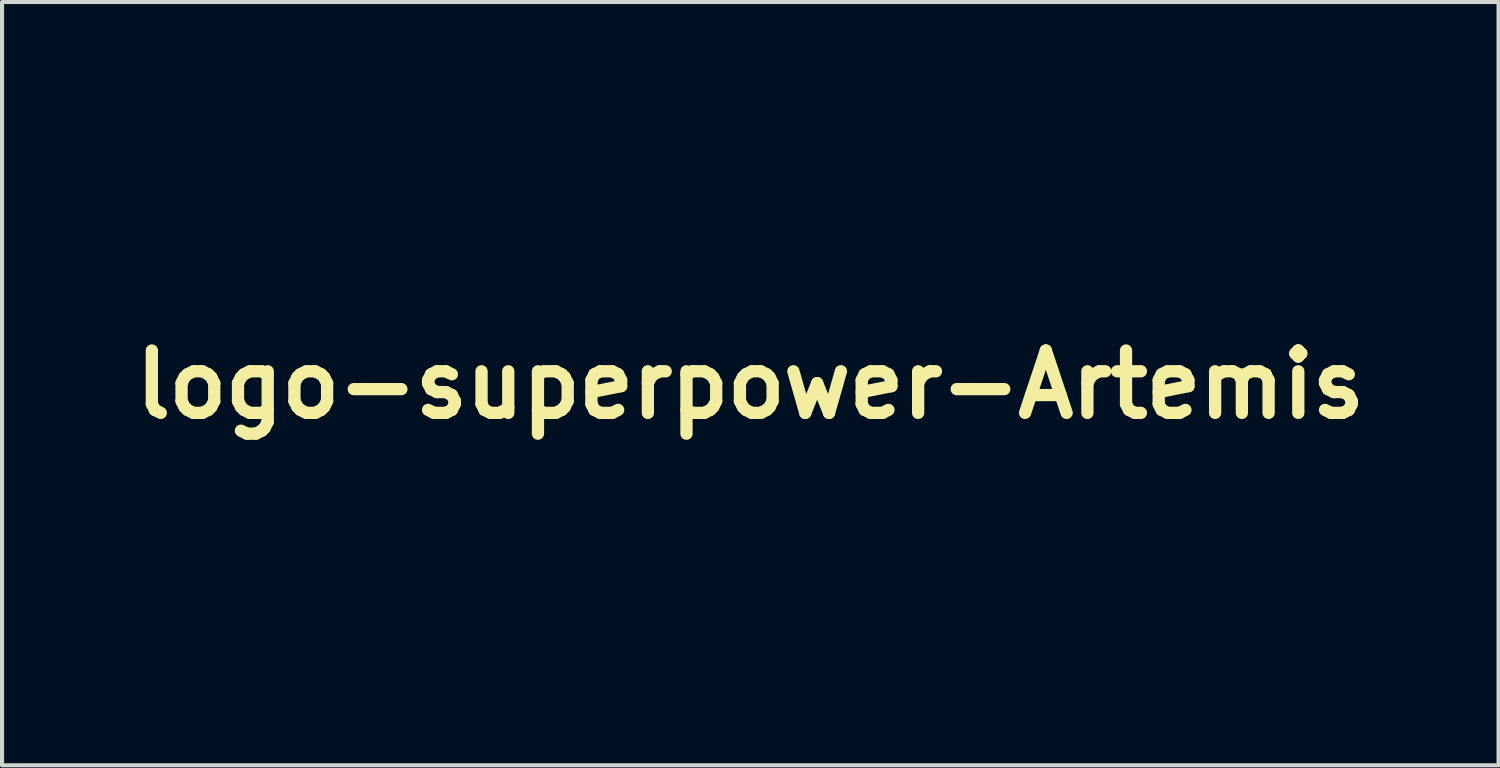
<source format=kicad_pcb>
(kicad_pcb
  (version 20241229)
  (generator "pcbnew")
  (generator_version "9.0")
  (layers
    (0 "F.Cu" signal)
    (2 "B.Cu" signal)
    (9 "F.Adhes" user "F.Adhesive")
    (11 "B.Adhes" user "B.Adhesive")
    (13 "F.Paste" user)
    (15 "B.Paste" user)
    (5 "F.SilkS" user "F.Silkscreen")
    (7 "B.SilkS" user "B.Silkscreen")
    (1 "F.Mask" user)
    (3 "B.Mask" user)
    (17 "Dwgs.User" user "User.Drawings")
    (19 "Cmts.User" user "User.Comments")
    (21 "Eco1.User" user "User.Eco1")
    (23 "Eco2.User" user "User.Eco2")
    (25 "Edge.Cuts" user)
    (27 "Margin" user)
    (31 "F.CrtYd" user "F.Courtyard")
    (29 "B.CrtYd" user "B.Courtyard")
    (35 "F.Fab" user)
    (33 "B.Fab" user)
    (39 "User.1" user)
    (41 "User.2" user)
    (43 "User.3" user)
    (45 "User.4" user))
  (footprint "logo-superpower-Artemis"
    (layer "F.Cu")
    (at 15.284 6.349)
    (property "Reference" "logo-superpower-Artemis" (at 0 0 0) (layer "F.SilkS") (effects (font (size 1.524 1.524) (thickness 0.3))))
    (attr through_hole)
    (fp_poly (pts (xy 11.074 2.311) (xy 10.643 2.311) (xy 10.643 1.88) (xy 11.074 1.88) (xy 11.074 2.311)) (stroke (width 0.01) (type solid)) (fill no) (layer "Eco2.User"))
    (fp_poly (pts (xy 11.074 4.064) (xy 10.643 4.064) (xy 10.643 2.388) (xy 11.074 2.388) (xy 11.074 4.064)) (stroke (width 0.01) (type solid)) (fill no) (layer "Eco2.User"))
    (fp_poly (pts (xy 6.02 2.388) (xy 6.325 2.388) (xy 6.325 2.819) (xy 6.019 2.819) (xy 6.026 3.232) (xy 6.032 3.645) (xy 6.204 3.652) (xy 6.375 3.66) (xy 6.375 4.064) (xy 6.203 4.064) (xy 6.081 4.058) (xy 5.983 4.035) (xy 5.901 4) (xy 5.781 3.92) (xy 5.699 3.83) (xy 5.673 3.792) (xy 5.654 3.756) (xy 5.64 3.715) (xy 5.632 3.66) (xy 5.626 3.582) (xy 5.622 3.473) (xy 5.619 3.324) (xy 5.618 3.273) (xy 5.61 2.819) (xy 5.41 2.819) (xy 5.41 2.388) (xy 5.613 2.388) (xy 5.613 2.083) (xy 6.02 2.083) (xy 6.02 2.388)) (stroke (width 0.01) (type solid)) (fill no) (layer "Eco2.User"))
    (fp_poly (pts (xy 5.385 2.788) (xy 5.173 2.799) (xy 5.013 2.816) (xy 4.894 2.852) (xy 4.807 2.909) (xy 4.747 2.992) (xy 4.743 2.998) (xy 4.728 3.036) (xy 4.716 3.084) (xy 4.708 3.15) (xy 4.703 3.242) (xy 4.7 3.366) (xy 4.699 3.532) (xy 4.699 3.575) (xy 4.699 4.064) (xy 4.293 4.064) (xy 4.293 2.388) (xy 4.496 2.388) (xy 4.597 2.388) (xy 4.657 2.393) (xy 4.687 2.404) (xy 4.698 2.424) (xy 4.699 2.449) (xy 4.699 2.51) (xy 4.832 2.459) (xy 4.928 2.431) (xy 5.05 2.408) (xy 5.175 2.394) (xy 5.175 2.394) (xy 5.385 2.38) (xy 5.385 2.788)) (stroke (width 0.01) (type solid)) (fill no) (layer "Eco2.User"))
    (fp_poly (pts (xy 3.655 2.985) (xy 3.748 3.194) (xy 3.835 3.39) (xy 3.914 3.569) (xy 3.983 3.724) (xy 4.04 3.85) (xy 4.082 3.943) (xy 4.106 3.997) (xy 4.111 4.007) (xy 4.142 4.064) (xy 3.681 4.064) (xy 3.589 3.861) (xy 3.498 3.658) (xy 2.674 3.658) (xy 2.583 3.861) (xy 2.491 4.064) (xy 2.03 4.064) (xy 2.061 4.007) (xy 2.077 3.972) (xy 2.112 3.895) (xy 2.163 3.783) (xy 2.227 3.64) (xy 2.302 3.471) (xy 2.386 3.282) (xy 2.408 3.232) (xy 2.87 3.232) (xy 2.894 3.241) (xy 2.956 3.247) (xy 3.046 3.251) (xy 3.086 3.251) (xy 3.184 3.249) (xy 3.258 3.242) (xy 3.298 3.233) (xy 3.302 3.229) (xy 3.293 3.201) (xy 3.268 3.139) (xy 3.233 3.054) (xy 3.193 2.96) (xy 3.153 2.867) (xy 3.119 2.789) (xy 3.095 2.738) (xy 3.088 2.725) (xy 3.077 2.744) (xy 3.051 2.798) (xy 3.016 2.876) (xy 2.977 2.967) (xy 2.937 3.06) (xy 2.903 3.143) (xy 2.879 3.204) (xy 2.87 3.232) (xy 2.408 3.232) (xy 2.476 3.077) (xy 2.517 2.985) (xy 2.943 2.019) (xy 3.229 2.019) (xy 3.655 2.985)) (stroke (width 0.01) (type solid)) (fill no) (layer "Eco2.User"))
    (fp_poly (pts (xy 8.619 2.39) (xy 8.694 2.397) (xy 8.734 2.407) (xy 8.738 2.411) (xy 8.759 2.421) (xy 8.816 2.412) (xy 8.829 2.409) (xy 8.946 2.399) (xy 9.079 2.423) (xy 9.208 2.477) (xy 9.265 2.513) (xy 9.362 2.583) (xy 9.447 2.513) (xy 9.525 2.463) (xy 9.622 2.422) (xy 9.657 2.412) (xy 9.792 2.395) (xy 9.915 2.417) (xy 10.036 2.481) (xy 10.163 2.59) (xy 10.164 2.591) (xy 10.231 2.661) (xy 10.283 2.727) (xy 10.322 2.797) (xy 10.35 2.878) (xy 10.369 2.978) (xy 10.381 3.103) (xy 10.387 3.262) (xy 10.389 3.463) (xy 10.389 3.535) (xy 10.389 4.064) (xy 9.986 4.064) (xy 9.97 2.917) (xy 9.898 2.855) (xy 9.811 2.804) (xy 9.725 2.803) (xy 9.638 2.852) (xy 9.634 2.855) (xy 9.563 2.917) (xy 9.547 4.064) (xy 9.144 4.064) (xy 9.144 3.517) (xy 9.143 3.312) (xy 9.139 3.152) (xy 9.132 3.031) (xy 9.12 2.944) (xy 9.101 2.883) (xy 9.076 2.844) (xy 9.042 2.821) (xy 9.012 2.81) (xy 8.921 2.796) (xy 8.854 2.813) (xy 8.8 2.856) (xy 8.738 2.919) (xy 8.738 4.064) (xy 8.306 4.064) (xy 8.306 2.388) (xy 8.522 2.388) (xy 8.619 2.39)) (stroke (width 0.01) (type solid)) (fill no) (layer "Eco2.User"))
    (fp_poly (pts (xy 7.399 2.409) (xy 7.565 2.455) (xy 7.599 2.471) (xy 7.767 2.581) (xy 7.902 2.726) (xy 8 2.903) (xy 8.058 3.106) (xy 8.072 3.232) (xy 8.084 3.429) (xy 7.547 3.429) (xy 7.388 3.43) (xy 7.248 3.433) (xy 7.134 3.437) (xy 7.053 3.442) (xy 7.013 3.448) (xy 7.01 3.45) (xy 7.031 3.489) (xy 7.085 3.538) (xy 7.159 3.587) (xy 7.226 3.621) (xy 7.368 3.659) (xy 7.497 3.65) (xy 7.608 3.596) (xy 7.662 3.56) (xy 7.719 3.54) (xy 7.797 3.532) (xy 7.872 3.531) (xy 7.96 3.533) (xy 8.024 3.54) (xy 8.051 3.549) (xy 8.051 3.55) (xy 8.034 3.603) (xy 7.991 3.68) (xy 7.932 3.764) (xy 7.868 3.842) (xy 7.807 3.901) (xy 7.803 3.904) (xy 7.657 3.989) (xy 7.492 4.043) (xy 7.322 4.062) (xy 7.161 4.045) (xy 7.068 4.014) (xy 6.933 3.931) (xy 6.803 3.812) (xy 6.691 3.671) (xy 6.633 3.572) (xy 6.571 3.398) (xy 6.551 3.223) (xy 6.57 3.053) (xy 6.58 3.023) (xy 6.982 3.023) (xy 7.677 3.023) (xy 7.64 2.965) (xy 7.588 2.913) (xy 7.507 2.86) (xy 7.416 2.817) (xy 7.337 2.795) (xy 7.322 2.794) (xy 7.214 2.816) (xy 7.11 2.872) (xy 7.038 2.944) (xy 6.982 3.023) (xy 6.58 3.023) (xy 6.623 2.892) (xy 6.705 2.746) (xy 6.811 2.619) (xy 6.939 2.517) (xy 7.082 2.445) (xy 7.237 2.407) (xy 7.399 2.409)) (stroke (width 0.01) (type solid)) (fill no) (layer "Eco2.User"))
    (fp_poly (pts (xy 12.044 2.398) (xy 12.14 2.42) (xy 12.147 2.423) (xy 12.321 2.495) (xy 12.457 2.599) (xy 12.553 2.733) (xy 12.608 2.894) (xy 12.611 2.912) (xy 12.627 3.017) (xy 12.411 2.964) (xy 12.294 2.932) (xy 12.222 2.904) (xy 12.188 2.876) (xy 12.184 2.867) (xy 12.15 2.827) (xy 12.083 2.804) (xy 12 2.797) (xy 11.914 2.806) (xy 11.842 2.83) (xy 11.797 2.869) (xy 11.79 2.888) (xy 11.793 2.925) (xy 11.824 2.95) (xy 11.892 2.972) (xy 12.082 3.024) (xy 12.229 3.071) (xy 12.341 3.115) (xy 12.427 3.16) (xy 12.493 3.209) (xy 12.505 3.221) (xy 12.598 3.337) (xy 12.644 3.462) (xy 12.645 3.589) (xy 12.605 3.713) (xy 12.526 3.827) (xy 12.409 3.925) (xy 12.257 4.002) (xy 12.193 4.023) (xy 12.075 4.052) (xy 11.975 4.059) (xy 11.868 4.045) (xy 11.83 4.036) (xy 11.656 3.975) (xy 11.512 3.883) (xy 11.403 3.764) (xy 11.336 3.625) (xy 11.328 3.594) (xy 11.308 3.504) (xy 11.502 3.52) (xy 11.618 3.534) (xy 11.696 3.555) (xy 11.749 3.585) (xy 11.756 3.591) (xy 11.82 3.624) (xy 11.913 3.644) (xy 12.017 3.649) (xy 12.115 3.639) (xy 12.19 3.615) (xy 12.209 3.601) (xy 12.234 3.568) (xy 12.23 3.539) (xy 12.194 3.512) (xy 12.12 3.482) (xy 12.003 3.446) (xy 11.972 3.437) (xy 11.769 3.371) (xy 11.612 3.296) (xy 11.498 3.211) (xy 11.425 3.112) (xy 11.386 2.996) (xy 11.379 2.904) (xy 11.403 2.77) (xy 11.473 2.648) (xy 11.581 2.543) (xy 11.724 2.461) (xy 11.877 2.411) (xy 11.966 2.395) (xy 12.044 2.398)) (stroke (width 0.01) (type solid)) (fill no) (layer "Eco2.User"))
    (fp_poly (pts (xy 0.501 -6.316) (xy 0.577 -6.263) (xy 0.648 -6.202) (xy 0.655 -4.209) (xy 0.656 -3.825) (xy 0.658 -3.49) (xy 0.66 -3.199) (xy 0.662 -2.952) (xy 0.664 -2.745) (xy 0.668 -2.575) (xy 0.671 -2.44) (xy 0.675 -2.337) (xy 0.68 -2.263) (xy 0.685 -2.217) (xy 0.691 -2.194) (xy 0.693 -2.191) (xy 0.738 -2.165) (xy 0.8 -2.14) (xy 0.869 -2.115) (xy 0.92 -2.096) (xy 0.929 -2.094) (xy 0.937 -2.101) (xy 0.944 -2.119) (xy 0.949 -2.152) (xy 0.954 -2.204) (xy 0.958 -2.278) (xy 0.961 -2.379) (xy 0.963 -2.509) (xy 0.965 -2.674) (xy 0.967 -2.875) (xy 0.969 -3.118) (xy 0.97 -3.405) (xy 0.971 -3.615) (xy 0.972 -3.933) (xy 0.974 -4.204) (xy 0.975 -4.432) (xy 0.977 -4.62) (xy 0.979 -4.774) (xy 0.982 -4.897) (xy 0.985 -4.993) (xy 0.989 -5.066) (xy 0.995 -5.119) (xy 1.001 -5.157) (xy 1.008 -5.184) (xy 1.017 -5.203) (xy 1.028 -5.219) (xy 1.031 -5.224) (xy 1.112 -5.298) (xy 1.206 -5.324) (xy 1.305 -5.302) (xy 1.326 -5.291) (xy 1.39 -5.242) (xy 1.438 -5.186) (xy 1.441 -5.18) (xy 1.448 -5.155) (xy 1.453 -5.106) (xy 1.458 -5.03) (xy 1.462 -4.924) (xy 1.466 -4.785) (xy 1.468 -4.611) (xy 1.47 -4.397) (xy 1.472 -4.143) (xy 1.472 -3.843) (xy 1.473 -3.497) (xy 1.473 -3.438) (xy 1.473 -1.757) (xy 1.619 -1.615) (xy 1.764 -1.473) (xy 3.462 -1.473) (xy 5.16 -1.473) (xy 5.234 -1.399) (xy 5.297 -1.307) (xy 5.31 -1.209) (xy 5.274 -1.113) (xy 5.234 -1.065) (xy 5.16 -0.991) (xy 2.077 -0.991) (xy 2.094 -0.922) (xy 2.117 -0.849) (xy 2.147 -0.77) (xy 2.147 -0.77) (xy 2.182 -0.686) (xy 4.094 -0.685) (xy 4.416 -0.685) (xy 4.721 -0.684) (xy 5.006 -0.682) (xy 5.267 -0.68) (xy 5.5 -0.678) (xy 5.701 -0.675) (xy 5.867 -0.672) (xy 5.993 -0.668) (xy 6.076 -0.665) (xy 6.109 -0.661) (xy 6.214 -0.616) (xy 6.286 -0.544) (xy 6.321 -0.454) (xy 6.316 -0.358) (xy 6.266 -0.264) (xy 6.263 -0.262) (xy 6.202 -0.191) (xy 4.244 -0.184) (xy 2.286 -0.177) (xy 2.286 0.127) (xy 4.179 0.127) (xy 4.546 0.127) (xy 4.865 0.127) (xy 5.141 0.128) (xy 5.376 0.129) (xy 5.574 0.131) (xy 5.738 0.134) (xy 5.872 0.138) (xy 5.98 0.144) (xy 6.064 0.151) (xy 6.128 0.161) (xy 6.176 0.172) (xy 6.211 0.186) (xy 6.237 0.202) (xy 6.256 0.221) (xy 6.273 0.242) (xy 6.283 0.257) (xy 6.321 0.351) (xy 6.315 0.454) (xy 6.266 0.547) (xy 6.263 0.551) (xy 6.202 0.622) (xy 2.188 0.636) (xy 2.135 0.776) (xy 2.107 0.853) (xy 2.088 0.909) (xy 2.083 0.928) (xy 2.107 0.93) (xy 2.178 0.932) (xy 2.291 0.934) (xy 2.442 0.936) (xy 2.625 0.937) (xy 2.837 0.938) (xy 3.073 0.939) (xy 3.328 0.94) (xy 3.562 0.94) (xy 3.894 0.94) (xy 4.191 0.942) (xy 4.453 0.944) (xy 4.676 0.947) (xy 4.859 0.951) (xy 4.998 0.955) (xy 5.091 0.96) (xy 5.135 0.966) (xy 5.225 1.015) (xy 5.286 1.095) (xy 5.311 1.192) (xy 5.295 1.295) (xy 5.282 1.322) (xy 5.269 1.346) (xy 5.254 1.367) (xy 5.235 1.385) (xy 5.206 1.4) (xy 5.166 1.412) (xy 5.11 1.422) (xy 5.034 1.43) (xy 4.935 1.436) (xy 4.809 1.441) (xy 4.653 1.444) (xy 4.463 1.446) (xy 4.236 1.447) (xy 3.967 1.448) (xy 3.654 1.448) (xy 3.424 1.448) (xy 1.74 1.449) (xy 1.604 1.585) (xy 1.468 1.721) (xy 1.472 3.399) (xy 1.473 3.744) (xy 1.473 4.041) (xy 1.473 4.295) (xy 1.472 4.508) (xy 1.47 4.686) (xy 1.466 4.831) (xy 1.462 4.946) (xy 1.455 5.037) (xy 1.446 5.105) (xy 1.435 5.156) (xy 1.422 5.191) (xy 1.406 5.216) (xy 1.387 5.234) (xy 1.364 5.248) (xy 1.348 5.257) (xy 1.267 5.279) (xy 1.172 5.279) (xy 1.091 5.257) (xy 1.091 5.257) (xy 1.065 5.243) (xy 1.044 5.227) (xy 1.026 5.205) (xy 1.01 5.175) (xy 0.998 5.13) (xy 0.988 5.069) (xy 0.98 4.987) (xy 0.975 4.88) (xy 0.971 4.745) (xy 0.968 4.578) (xy 0.966 4.374) (xy 0.965 4.13) (xy 0.965 3.842) (xy 0.965 3.57) (xy 0.965 3.298) (xy 0.964 3.042) (xy 0.964 2.806) (xy 0.962 2.594) (xy 0.961 2.411) (xy 0.959 2.262) (xy 0.957 2.15) (xy 0.955 2.08) (xy 0.953 2.057) (xy 0.925 2.066) (xy 0.864 2.087) (xy 0.801 2.11) (xy 0.66 2.163) (xy 0.66 4.131) (xy 0.66 4.499) (xy 0.66 4.82) (xy 0.659 5.097) (xy 0.658 5.333) (xy 0.657 5.531) (xy 0.655 5.696) (xy 0.652 5.83) (xy 0.649 5.936) (xy 0.645 6.018) (xy 0.641 6.079) (xy 0.636 6.123) (xy 0.629 6.153) (xy 0.622 6.173) (xy 0.622 6.173) (xy 0.554 6.256) (xy 0.463 6.296) (xy 0.356 6.291) (xy 0.291 6.269) (xy 0.266 6.257) (xy 0.244 6.246) (xy 0.225 6.23) (xy 0.209 6.207) (xy 0.195 6.174) (xy 0.184 6.127) (xy 0.175 6.062) (xy 0.168 5.977) (xy 0.163 5.867) (xy 0.158 5.73) (xy 0.156 5.562) (xy 0.154 5.361) (xy 0.153 5.121) (xy 0.152 4.84) (xy 0.152 4.516) (xy 0.152 4.18) (xy 0.152 2.261) (xy -0.152 2.261) (xy -0.152 4.18) (xy -0.153 4.543) (xy -0.153 4.859) (xy -0.154 5.131) (xy -0.155 5.363) (xy -0.156 5.557) (xy -0.158 5.717) (xy -0.161 5.847) (xy -0.164 5.95) (xy -0.168 6.029) (xy -0.173 6.088) (xy -0.178 6.129) (xy -0.185 6.157) (xy -0.191 6.173) (xy -0.258 6.255) (xy -0.346 6.296) (xy -0.444 6.293) (xy -0.542 6.245) (xy -0.557 6.233) (xy -0.635 6.168) (xy -0.635 4.22) (xy -0.636 3.909) (xy -0.636 3.612) (xy -0.637 3.333) (xy -0.638 3.075) (xy -0.64 2.844) (xy -0.642 2.643) (xy -0.644 2.475) (xy -0.646 2.346) (xy -0.648 2.259) (xy -0.65 2.219) (xy -0.651 2.217) (xy -0.682 2.172) (xy -0.755 2.129) (xy -0.804 2.109) (xy -0.88 2.081) (xy -0.935 2.062) (xy -0.953 2.057) (xy -0.956 2.082) (xy -0.958 2.153) (xy -0.959 2.266) (xy -0.961 2.417) (xy -0.962 2.601) (xy -0.964 2.815) (xy -0.964 3.052) (xy -0.965 3.31) (xy -0.965 3.584) (xy -0.965 5.135) (xy -1.039 5.209) (xy -1.131 5.27) (xy -1.231 5.286) (xy -1.328 5.257) (xy -1.38 5.217) (xy -1.447 5.15) (xy -1.454 3.437) (xy -1.46 1.724) (xy -1.604 1.586) (xy -1.748 1.448) (xy -3.417 1.448) (xy -3.763 1.448) (xy -4.062 1.448) (xy -4.318 1.447) (xy -4.534 1.445) (xy -4.713 1.443) (xy -4.859 1.438) (xy -4.976 1.433) (xy -5.067 1.425) (xy -5.135 1.414) (xy -5.186 1.402) (xy -5.221 1.386) (xy -5.244 1.367) (xy -5.26 1.344) (xy -5.272 1.318) (xy -5.281 1.29) (xy -5.305 1.197) (xy -5.297 1.126) (xy -5.253 1.056) (xy -5.234 1.035) (xy -5.16 0.953) (xy -3.619 0.946) (xy -2.078 0.939) (xy -2.095 0.871) (xy -2.117 0.798) (xy -2.147 0.719) (xy -2.147 0.719) (xy -2.182 0.635) (xy -4.153 0.635) (xy -4.527 0.635) (xy -4.853 0.635) (xy -5.135 0.635) (xy -5.376 0.634) (xy -5.58 0.632) (xy -5.749 0.629) (xy -5.888 0.625) (xy -5.999 0.619) (xy -6.086 0.612) (xy -6.152 0.602) (xy -6.2 0.591) (xy -6.235 0.577) (xy -6.258 0.56) (xy -6.274 0.54) (xy -6.285 0.517) (xy -6.296 0.491) (xy -6.299 0.483) (xy -6.317 0.379) (xy -6.289 0.278) (xy -6.218 0.196) (xy -6.215 0.193) (xy -6.201 0.183) (xy -6.185 0.175) (xy -6.163 0.167) (xy -6.133 0.161) (xy -6.09 0.155) (xy -6.031 0.151) (xy -5.953 0.147) (xy -5.853 0.144) (xy -5.725 0.142) (xy -5.568 0.14) (xy -5.378 0.138) (xy -5.151 0.137) (xy -4.884 0.135) (xy -4.573 0.134) (xy -4.215 0.133) (xy -4.202 0.133) (xy -2.261 0.126) (xy -2.261 0.041) (xy -1.768 0.041) (xy -1.736 0.326) (xy -1.657 0.601) (xy -1.53 0.863) (xy -1.358 1.109) (xy -1.142 1.335) (xy -1.091 1.379) (xy -0.889 1.519) (xy -0.655 1.628) (xy -0.4 1.704) (xy -0.134 1.744) (xy 0.133 1.746) (xy 0.391 1.709) (xy 0.419 1.702) (xy 0.537 1.668) (xy 0.658 1.627) (xy 0.755 1.588) (xy 0.757 1.587) (xy 1.004 1.447) (xy 1.223 1.268) (xy 1.411 1.055) (xy 1.564 0.815) (xy 1.679 0.553) (xy 1.751 0.275) (xy 1.778 -0.013) (xy 1.778 -0.031) (xy 1.758 -0.285) (xy 1.699 -0.532) (xy 1.598 -0.784) (xy 1.584 -0.812) (xy 1.516 -0.941) (xy 1.449 -1.046) (xy 1.368 -1.145) (xy 1.26 -1.258) (xy 1.259 -1.259) (xy 1.147 -1.366) (xy 1.048 -1.447) (xy 0.945 -1.514) (xy 0.819 -1.58) (xy 0.812 -1.583) (xy 0.606 -1.676) (xy 0.419 -1.737) (xy 0.235 -1.772) (xy 0.035 -1.785) (xy 0 -1.786) (xy -0.291 -1.762) (xy -0.569 -1.692) (xy -0.83 -1.578) (xy -1.068 -1.425) (xy -1.279 -1.236) (xy -1.458 -1.014) (xy -1.601 -0.763) (xy -1.685 -0.546) (xy -1.751 -0.251) (xy -1.768 0.041) (xy -2.261 0.041) (xy -2.261 -0.178) (xy -4.192 -0.178) (xy -4.562 -0.178) (xy -4.883 -0.178) (xy -5.161 -0.178) (xy -5.398 -0.179) (xy -5.598 -0.181) (xy -5.764 -0.184) (xy -5.899 -0.188) (xy -6.007 -0.194) (xy -6.091 -0.201) (xy -6.155 -0.21) (xy -6.201 -0.222) (xy -6.234 -0.235) (xy -6.256 -0.251) (xy -6.272 -0.27) (xy -6.283 -0.292) (xy -6.294 -0.317) (xy -6.317 -0.385) (xy -6.325 -0.435) (xy -6.302 -0.514) (xy -6.244 -0.59) (xy -6.164 -0.645) (xy -6.127 -0.659) (xy -6.081 -0.665) (xy -5.985 -0.67) (xy -5.841 -0.674) (xy -5.65 -0.678) (xy -5.412 -0.68) (xy -5.129 -0.683) (xy -4.803 -0.684) (xy -4.433 -0.685) (xy -4.102 -0.686) (xy -2.171 -0.686) (xy -2.121 -0.819) (xy -2.092 -0.896) (xy -2.07 -0.952) (xy -2.062 -0.972) (xy -2.085 -0.975) (xy -2.155 -0.978) (xy -2.266 -0.981) (xy -2.416 -0.984) (xy -2.599 -0.986) (xy -2.811 -0.988) (xy -3.049 -0.989) (xy -3.306 -0.99) (xy -3.58 -0.991) (xy -3.606 -0.991) (xy -5.159 -0.991) (xy -5.22 -1.052) (xy -5.268 -1.115) (xy -5.298 -1.179) (xy -5.298 -1.263) (xy -5.268 -1.354) (xy -5.217 -1.424) (xy -5.213 -1.428) (xy -5.195 -1.435) (xy -5.155 -1.441) (xy -5.091 -1.446) (xy -4.999 -1.451) (xy -4.877 -1.455) (xy -4.721 -1.459) (xy -4.528 -1.462) (xy -4.296 -1.465) (xy -4.022 -1.468) (xy -3.701 -1.471) (xy -3.451 -1.473) (xy -1.729 -1.486) (xy -1.588 -1.63) (xy -1.448 -1.774) (xy -1.448 -3.479) (xy -1.448 -5.184) (xy -1.386 -5.245) (xy -1.324 -5.293) (xy -1.262 -5.322) (xy -1.181 -5.321) (xy -1.094 -5.287) (xy -1.022 -5.232) (xy -0.994 -5.192) (xy -0.987 -5.159) (xy -0.982 -5.091) (xy -0.977 -4.986) (xy -0.973 -4.841) (xy -0.97 -4.655) (xy -0.968 -4.426) (xy -0.966 -4.151) (xy -0.965 -3.829) (xy -0.965 -3.603) (xy -0.965 -3.286) (xy -0.965 -3.017) (xy -0.964 -2.791) (xy -0.963 -2.604) (xy -0.962 -2.454) (xy -0.96 -2.335) (xy -0.957 -2.245) (xy -0.953 -2.18) (xy -0.948 -2.136) (xy -0.942 -2.11) (xy -0.935 -2.097) (xy -0.927 -2.094) (xy -0.921 -2.095) (xy -0.87 -2.115) (xy -0.795 -2.142) (xy -0.769 -2.151) (xy -0.662 -2.189) (xy -0.655 -4.174) (xy -0.653 -4.54) (xy -0.652 -4.858) (xy -0.651 -5.132) (xy -0.649 -5.365) (xy -0.647 -5.562) (xy -0.645 -5.724) (xy -0.642 -5.857) (xy -0.639 -5.962) (xy -0.636 -6.044) (xy -0.631 -6.106) (xy -0.626 -6.152) (xy -0.62 -6.184) (xy -0.613 -6.206) (xy -0.605 -6.222) (xy -0.602 -6.227) (xy -0.525 -6.303) (xy -0.433 -6.338) (xy -0.336 -6.327) (xy -0.329 -6.324) (xy -0.257 -6.28) (xy -0.202 -6.229) (xy -0.193 -6.216) (xy -0.185 -6.2) (xy -0.178 -6.177) (xy -0.172 -6.144) (xy -0.167 -6.097) (xy -0.163 -6.034) (xy -0.16 -5.95) (xy -0.158 -5.842) (xy -0.156 -5.706) (xy -0.154 -5.54) (xy -0.153 -5.339) (xy -0.153 -5.1) (xy -0.153 -4.82) (xy -0.152 -4.496) (xy -0.152 -4.226) (xy -0.152 -2.286) (xy 0.151 -2.286) (xy 0.158 -4.224) (xy 0.159 -4.591) (xy 0.161 -4.912) (xy 0.162 -5.188) (xy 0.164 -5.423) (xy 0.166 -5.621) (xy 0.169 -5.786) (xy 0.174 -5.92) (xy 0.18 -6.027) (xy 0.187 -6.111) (xy 0.196 -6.174) (xy 0.208 -6.22) (xy 0.222 -6.253) (xy 0.238 -6.276) (xy 0.258 -6.292) (xy 0.28 -6.305) (xy 0.306 -6.319) (xy 0.312 -6.322) (xy 0.403 -6.344) (xy 0.501 -6.316)) (stroke (width 0.01) (type solid)) (fill no) (layer "Eco2.User")))
  (gr_rect
    (start -3 -3)
    (end 33.567 15.65)
    (stroke (width 0.1) (type default))
    (fill no)
    (layer "Edge.Cuts")))
</source>
